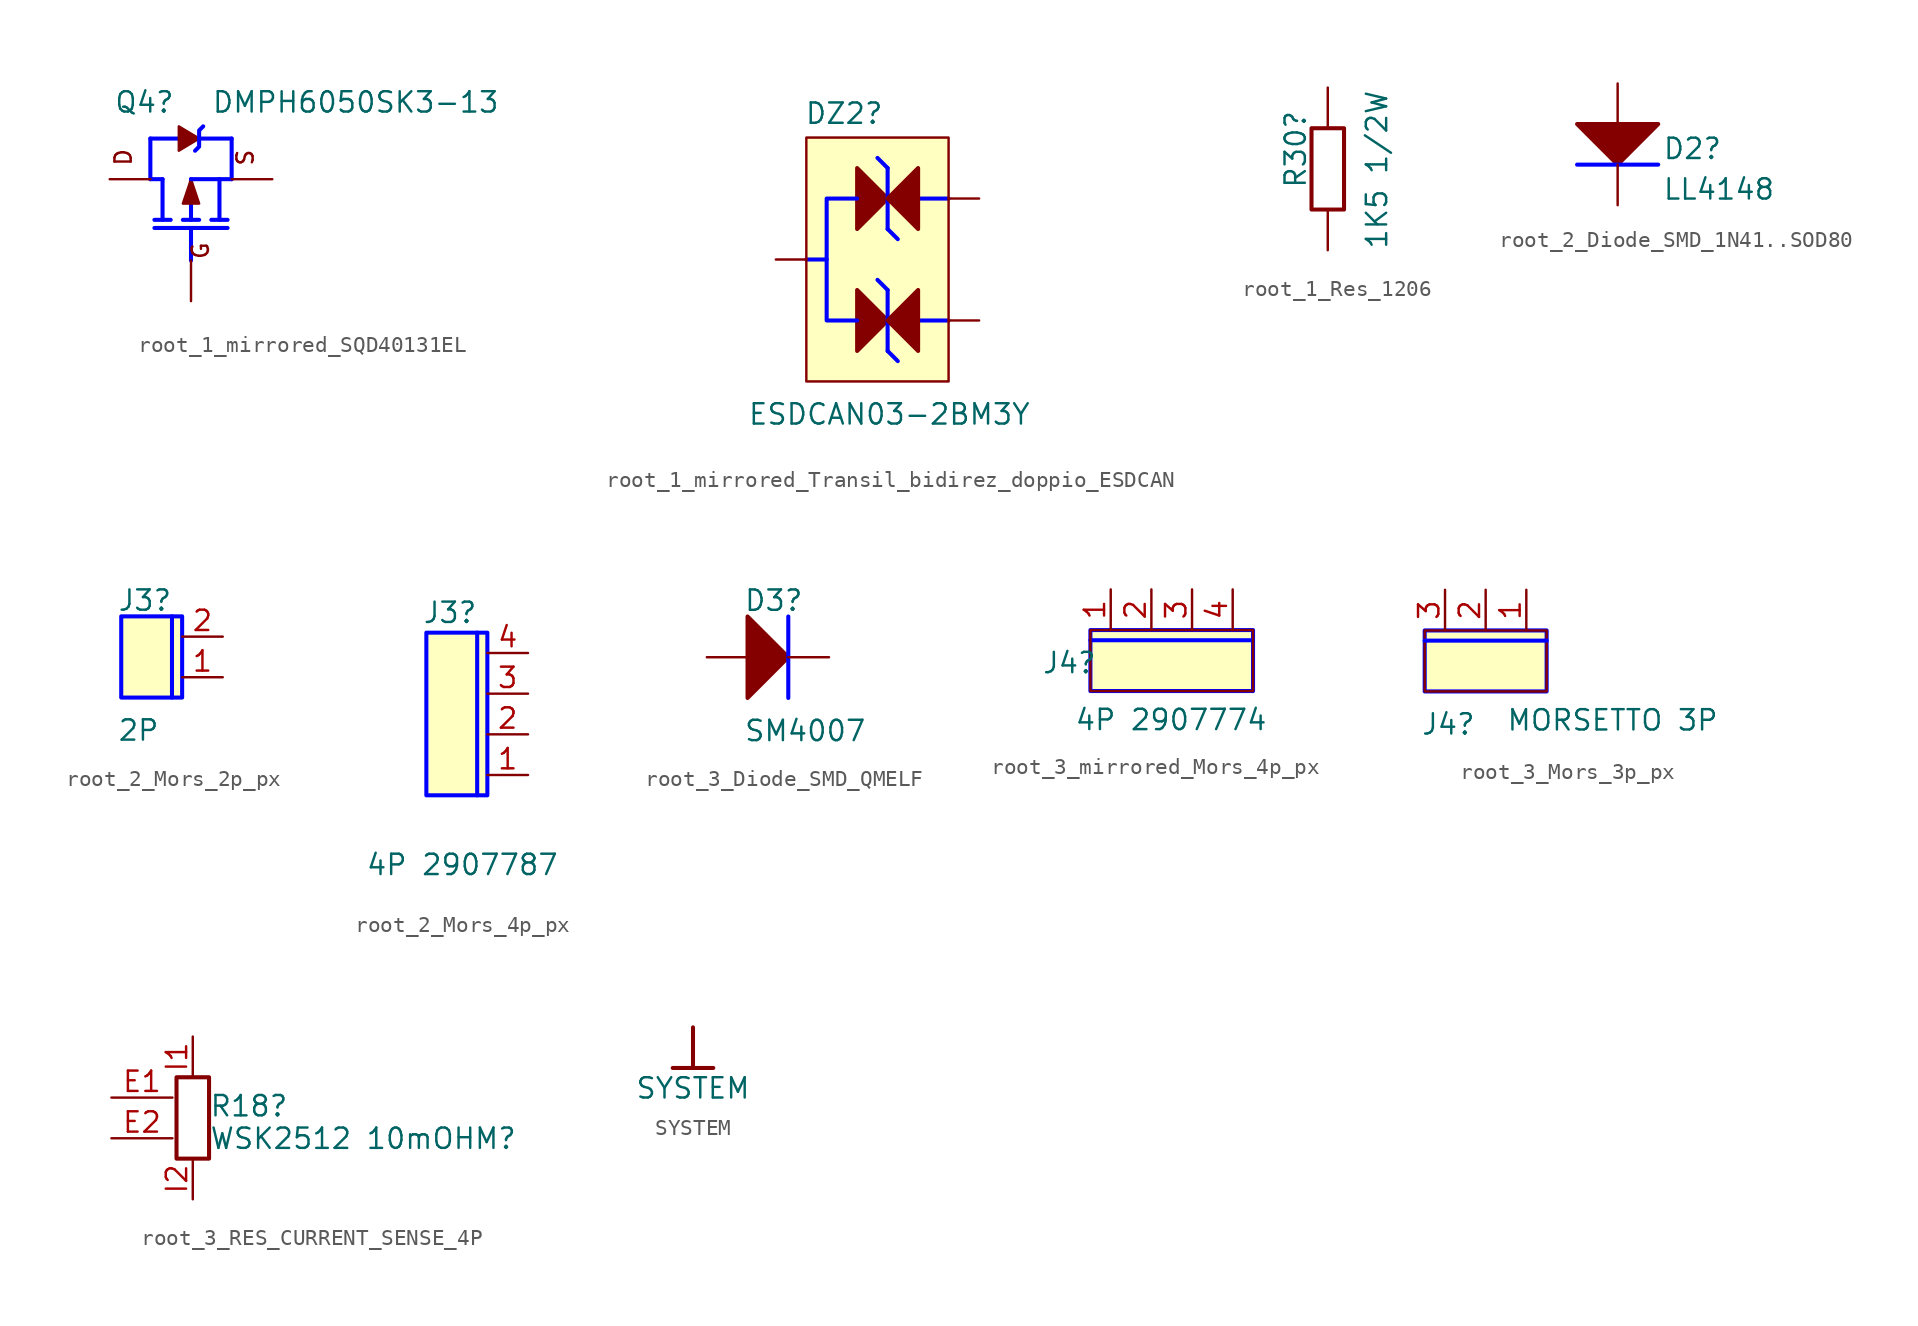
<source format=kicad_sym>
(kicad_symbol_lib
  (version 20220914)
  (generator kicad_symbol_editor)
  (symbol "root_1_mirrored_SQD40131EL"
    (property "Reference" "Q4"
      (at -7.366 9.144 0)
      (effects (font (size 1.27 1.27)) (justify left bottom)))
    (property "Value" "DMPH6050SK3-13"
      (at -1.27 9.144 0)
      (effects (font (size 1.27 1.27)) (justify left bottom)))
    (symbol "root_1_mirrored_SQD40131EL_1_0"
      (polyline (pts (xy -5.08 5.08) (xy -5.08 7.62)) (stroke (width 0.254) (type solid) (color 0 0 255 1)) (fill (type none)))
      (polyline (pts (xy -5.08 5.08) (xy -4.318 5.08)) (stroke (width 0.254) (type solid) (color 0 0 255 1)) (fill (type none)))
      (polyline (pts (xy -5.08 7.62) (xy -3.302 7.62)) (stroke (width 0.254) (type solid) (color 0 0 255 1)) (fill (type none)))
      (polyline (pts (xy -4.826 2.54) (xy -3.81 2.54)) (stroke (width 0.254) (type solid) (color 0 0 255 1)) (fill (type none)))
      (polyline (pts (xy -4.318 5.08) (xy -4.318 2.54)) (stroke (width 0.254) (type solid) (color 0 0 255 1)) (fill (type none)))
      (polyline (pts (xy -3.048 2.54) (xy -2.032 2.54)) (stroke (width 0.254) (type solid) (color 0 0 255 1)) (fill (type none)))
      (polyline (pts (xy -2.54 0) (xy -2.54 2.032)) (stroke (width 0.254) (type solid) (color 0 0 255 1)) (fill (type none)))
      (polyline (pts (xy -2.54 5.08) (xy -2.54 2.54)) (stroke (width 0.254) (type solid) (color 0 0 255 1)) (fill (type none)))
      (polyline (pts (xy -0.762 5.08) (xy -0.762 2.54)) (stroke (width 0.254) (type solid) (color 0 0 255 1)) (fill (type none)))
      (polyline (pts (xy -0.254 2.032) (xy -4.826 2.032)) (stroke (width 0.254) (type solid) (color 0 0 255 1)) (fill (type none)))
      (polyline (pts (xy -0.254 2.54) (xy -1.27 2.54)) (stroke (width 0.254) (type solid) (color 0 0 255 1)) (fill (type none)))
      (polyline (pts (xy 0 5.08) (xy -2.54 5.08)) (stroke (width 0.254) (type solid) (color 0 0 255 1)) (fill (type none)))
      (polyline (pts (xy 0 5.08) (xy 0 7.62)) (stroke (width 0.254) (type solid) (color 0 0 255 1)) (fill (type none)))
      (polyline (pts (xy 0 7.62) (xy -2.032 7.62)) (stroke (width 0.254) (type solid) (color 0 0 255 1)) (fill (type none)))
      (polyline (pts (xy -2.54 5.08) (xy -2.032 3.556) (xy -3.048 3.556) (xy -2.54 5.08)) (stroke (width 0) (type solid)) (fill (type outline)))
      (polyline (pts (xy -2.032 7.62) (xy -3.302 6.858) (xy -3.302 8.382) (xy -2.032 7.62)) (stroke (width 0) (type solid)) (fill (type outline)))
      (polyline (pts (xy -1.778 8.382) (xy -2.032 8.128) (xy -2.032 7.112) (xy -2.286 6.858)) (stroke (width 0.254) (type solid) (color 0 0 255 1)) (fill (type none)))
      (text "D" (at -7.366 5.842 900) (effects (font (size 1.016 1.016)) (justify left top)))
      (text "G" (at -2.54 0 900) (effects (font (size 1.016 1.016)) (justify left top)))
      (text "S" (at 0.254 5.842 900) (effects (font (size 1.016 1.016)) (justify left top)))
      (pin passive line (at -2.54 -2.54 90) (length 2.54) (name "G" (effects (font (size 0 0)))) (number "1" (effects (font (size 0 0)))))
      (pin passive line (at -7.62 5.08 0) (length 2.54) (name "D" (effects (font (size 0 0)))) (number "2" (effects (font (size 0 0)))))
      (pin passive line (at 2.54 5.08 180) (length 2.54) (name "S" (effects (font (size 0 0)))) (number "3" (effects (font (size 0 0)))))))
  (symbol "root_1_mirrored_Transil_bidirez_doppio_ESDCAN"
    (property "Reference" "DZ2"
      (at -5.842 12.192 0)
      (effects (font (size 1.27 1.27)) (justify left bottom)))
    (property "Value" "ESDCAN03-2BM3Y"
      (at -9.398 -6.604 0)
      (effects (font (size 1.27 1.27)) (justify left bottom)))
    (symbol "root_1_mirrored_Transil_bidirez_doppio_ESDCAN_1_0"
      (polyline (pts (xy -5.715 3.81) (xy -4.445 3.81)) (stroke (width 0.254) (type solid) (color 0 0 255 1)) (fill (type none)))
      (polyline (pts (xy -0.635 -1.905) (xy 0 -2.54)) (stroke (width 0.254) (type solid) (color 0 0 255 1)) (fill (type none)))
      (polyline (pts (xy -0.635 1.905) (xy -1.27 2.54)) (stroke (width 0.254) (type solid) (color 0 0 255 1)) (fill (type none)))
      (polyline (pts (xy -0.635 1.905) (xy -0.635 -1.905)) (stroke (width 0.254) (type solid) (color 0 0 255 1)) (fill (type none)))
      (polyline (pts (xy -0.635 5.715) (xy 0 5.08)) (stroke (width 0.254) (type solid) (color 0 0 255 1)) (fill (type none)))
      (polyline (pts (xy -0.635 9.525) (xy -1.27 10.16)) (stroke (width 0.254) (type solid) (color 0 0 255 1)) (fill (type none)))
      (polyline (pts (xy -0.635 9.525) (xy -0.635 5.715)) (stroke (width 0.254) (type solid) (color 0 0 255 1)) (fill (type none)))
      (polyline (pts (xy 1.27 0) (xy 3.175 0)) (stroke (width 0.254) (type solid) (color 0 0 255 1)) (fill (type none)))
      (polyline (pts (xy 1.27 7.62) (xy 3.175 7.62)) (stroke (width 0.254) (type solid) (color 0 0 255 1)) (fill (type none)))
      (polyline (pts (xy -2.54 0) (xy -4.445 0) (xy -4.445 7.62) (xy -2.54 7.62)) (stroke (width 0.254) (type solid) (color 0 0 255 1)) (fill (type none)))
      (polyline (pts (xy -2.54 1.905) (xy -0.635 0) (xy -2.54 -1.905) (xy -2.54 1.905)) (stroke (width 0.254) (type solid)) (fill (type outline)))
      (polyline (pts (xy -2.54 9.525) (xy -0.635 7.62) (xy -2.54 5.715) (xy -2.54 9.525)) (stroke (width 0.254) (type solid)) (fill (type outline)))
      (polyline (pts (xy 1.27 -1.905) (xy -0.635 0) (xy 1.27 1.905) (xy 1.27 -1.905)) (stroke (width 0.254) (type solid)) (fill (type outline)))
      (polyline (pts (xy 1.27 5.715) (xy -0.635 7.62) (xy 1.27 9.525) (xy 1.27 5.715)) (stroke (width 0.254) (type solid)) (fill (type outline)))
      (rectangle (start 3.175 11.43) (end -5.715 -3.81) (stroke (width 0) (type solid)) (fill (type background)))
      (pin passive line (at 5.08 7.62 180) (length 1.905) (name "A/K" (effects (font (size 0 0)))) (number "1" (effects (font (size 0 0)))))
      (pin passive line (at 5.08 0 180) (length 1.905) (name "A/K" (effects (font (size 0 0)))) (number "2" (effects (font (size 0 0)))))
      (pin passive line (at -7.62 3.81 0) (length 1.905) (name "A/K" (effects (font (size 0 0)))) (number "3" (effects (font (size 0 0)))))))
  (symbol "root_1_Res_1206"
    (property "Reference" "R30"
      (at 1.27 1.27 90)
      (effects (font (size 1.27 1.27)) (justify left bottom)))
    (property "Value" "1K5 1/2W"
      (at 6.35 -2.54 90)
      (effects (font (size 1.27 1.27)) (justify left bottom)))
    (symbol "root_1_Res_1206_1_0"
      (rectangle (start 3.556 5.08) (end 1.524 0) (stroke (width 0.254) (type solid)) (fill (type none)))
      (pin passive line (at 2.54 -2.54 90) (length 2.54) (name "1" (effects (font (size 0 0)))) (number "1" (effects (font (size 0 0)))))
      (pin passive line (at 2.54 7.62 270) (length 2.54) (name "2" (effects (font (size 0 0)))) (number "2" (effects (font (size 0 0)))))))
  (symbol "root_2_Diode_SMD_1N41..SOD80"
    (property "Reference" "D2"
      (at 2.794 0.254 0)
      (effects (font (size 1.27 1.27)) (justify left bottom)))
    (property "Value" "LL4148"
      (at 2.794 -2.286 0)
      (effects (font (size 1.27 1.27)) (justify left bottom)))
    (symbol "root_2_Diode_SMD_1N41..SOD80_1_0"
      (polyline (pts (xy 2.54 0) (xy -2.54 0)) (stroke (width 0.254) (type solid) (color 0 0 255 1)) (fill (type none)))
      (polyline (pts (xy -2.54 2.54) (xy 0 0) (xy 2.54 2.54) (xy -2.54 2.54)) (stroke (width 0.254) (type solid)) (fill (type outline)))
      (pin passive line (at 0 -2.54 90) (length 2.54) (name "K" (effects (font (size 0 0)))) (number "1" (effects (font (size 0 0)))))
      (pin passive line (at 0 5.08 270) (length 2.54) (name "A" (effects (font (size 0 0)))) (number "2" (effects (font (size 0 0)))))))
  (symbol "root_2_Mors_2p_px"
    (property "Reference" "J3"
      (at -4.064 5.334 0)
      (effects (font (size 1.27 1.27)) (justify left bottom)))
    (property "Value" "2P"
      (at -4.064 -2.794 0)
      (effects (font (size 1.27 1.27)) (justify left bottom)))
    (symbol "root_2_Mors_2p_px_1_0"
      (polyline (pts (xy -0.635 0) (xy -0.635 5.08)) (stroke (width 0.254) (type solid) (color 0 0 255 1)) (fill (type none)))
      (polyline (pts (xy 0 5.08) (xy 0 0) (xy -3.81 0) (xy -3.81 5.08) (xy 0 5.08)) (stroke (width 0.254) (type solid) (color 0 0 255 1)) (fill (type none)))
      (rectangle (start 0 5.08) (end -3.81 0) (stroke (width 0) (type solid)) (fill (type background)))
      (pin passive line (at 2.54 1.27 180) (length 2.54) (name "1" (effects (font (size 0 0)))) (number "1" (effects (font (size 1.27 1.27)))))
      (pin passive line (at 2.54 3.81 180) (length 2.54) (name "2" (effects (font (size 0 0)))) (number "2" (effects (font (size 1.27 1.27)))))))
  (symbol "root_2_Mors_4p_px"
    (property "Reference" "J3"
      (at -4.064 10.668 0)
      (effects (font (size 1.27 1.27)) (justify left bottom)))
    (property "Value" "4P 2907787"
      (at -7.62 -5.08 0)
      (effects (font (size 1.27 1.27)) (justify left bottom)))
    (symbol "root_2_Mors_4p_px_1_0"
      (polyline (pts (xy -0.635 0) (xy -0.635 10.16)) (stroke (width 0.254) (type solid) (color 0 0 255 1)) (fill (type none)))
      (polyline (pts (xy 0 10.16) (xy 0 0) (xy -3.81 0) (xy -3.81 10.16) (xy 0 10.16)) (stroke (width 0.254) (type solid) (color 0 0 255 1)) (fill (type none)))
      (rectangle (start 0 10.16) (end -3.81 0) (stroke (width 0) (type solid)) (fill (type background)))
      (pin passive line (at 2.54 1.27 180) (length 2.54) (name "1" (effects (font (size 0 0)))) (number "1" (effects (font (size 1.27 1.27)))))
      (pin passive line (at 2.54 3.81 180) (length 2.54) (name "2" (effects (font (size 0 0)))) (number "2" (effects (font (size 1.27 1.27)))))
      (pin passive line (at 2.54 6.35 180) (length 2.54) (name "3" (effects (font (size 0 0)))) (number "3" (effects (font (size 1.27 1.27)))))
      (pin passive line (at 2.54 8.89 180) (length 2.54) (name "4" (effects (font (size 0 0)))) (number "4" (effects (font (size 1.27 1.27)))))))
  (symbol "root_3_Diode_SMD_QMELF"
    (property "Reference" "D3"
      (at -2.794 2.794 0)
      (effects (font (size 1.27 1.27)) (justify left bottom)))
    (property "Value" "SM4007"
      (at -2.794 -5.334 0)
      (effects (font (size 1.27 1.27)) (justify left bottom)))
    (symbol "root_3_Diode_SMD_QMELF_1_0"
      (polyline (pts (xy 0 2.54) (xy 0 -2.54)) (stroke (width 0.254) (type solid) (color 0 0 255 1)) (fill (type none)))
      (polyline (pts (xy -2.54 -2.54) (xy 0 0) (xy -2.54 2.54) (xy -2.54 -2.54)) (stroke (width 0.254) (type solid)) (fill (type outline)))
      (pin passive line (at 2.54 0 180) (length 2.54) (name "K" (effects (font (size 0 0)))) (number "1" (effects (font (size 0 0)))))
      (pin passive line (at -5.08 0 0) (length 2.54) (name "A" (effects (font (size 0 0)))) (number "2" (effects (font (size 0 0)))))))
  (symbol "root_3_mirrored_Mors_4p_px"
    (property "Reference" "J4"
      (at -3.048 -2.794 0)
      (effects (font (size 1.27 1.27)) (justify left bottom)))
    (property "Value" "4P 2907774"
      (at -1.016 -6.35 0)
      (effects (font (size 1.27 1.27)) (justify left bottom)))
    (symbol "root_3_mirrored_Mors_4p_px_1_0"
      (polyline (pts (xy 0 -0.635) (xy 10.16 -0.635)) (stroke (width 0.254) (type solid) (color 0 0 255 1)) (fill (type none)))
      (polyline (pts (xy 10.16 0) (xy 0 0) (xy 0 -3.81) (xy 10.16 -3.81) (xy 10.16 0)) (stroke (width 0.254) (type solid) (color 0 0 255 1)) (fill (type none)))
      (rectangle (start 10.16 0) (end 0 -3.81) (stroke (width 0) (type solid)) (fill (type background)))
      (pin passive line (at 1.27 2.54 270) (length 2.54) (name "1" (effects (font (size 0 0)))) (number "1" (effects (font (size 1.27 1.27)))))
      (pin passive line (at 3.81 2.54 270) (length 2.54) (name "2" (effects (font (size 0 0)))) (number "2" (effects (font (size 1.27 1.27)))))
      (pin passive line (at 6.35 2.54 270) (length 2.54) (name "3" (effects (font (size 0 0)))) (number "3" (effects (font (size 1.27 1.27)))))
      (pin passive line (at 8.89 2.54 270) (length 2.54) (name "4" (effects (font (size 0 0)))) (number "4" (effects (font (size 1.27 1.27)))))))
  (symbol "root_3_Mors_3p_px"
    (property "Reference" "J4"
      (at -7.874 -6.604 0)
      (effects (font (size 1.27 1.27)) (justify left bottom)))
    (property "Value" "MORSETTO 3P"
      (at -2.54 -6.35 0)
      (effects (font (size 1.27 1.27)) (justify left bottom)))
    (symbol "root_3_Mors_3p_px_1_0"
      (rectangle (start 0 0) (end -7.62 -3.81) (stroke (width 0) (type solid)) (fill (type background)))
      (polyline (pts (xy 0 -0.635) (xy -7.62 -0.635)) (stroke (width 0.254) (type solid) (color 0 0 255 1)) (fill (type none)))
      (polyline (pts (xy -7.62 0) (xy 0 0) (xy 0 -3.81) (xy -7.62 -3.81) (xy -7.62 0)) (stroke (width 0.254) (type solid) (color 0 0 255 1)) (fill (type none)))
      (pin passive line (at -1.27 2.54 270) (length 2.54) (name "1" (effects (font (size 0 0)))) (number "1" (effects (font (size 1.27 1.27)))))
      (pin passive line (at -3.81 2.54 270) (length 2.54) (name "2" (effects (font (size 0 0)))) (number "2" (effects (font (size 1.27 1.27)))))
      (pin passive line (at -6.35 2.54 270) (length 2.54) (name "3" (effects (font (size 0 0)))) (number "3" (effects (font (size 1.27 1.27)))))))
  (symbol "root_3_RES_CURRENT_SENSE_4P"
    (property "Reference" "R18"
      (at 1.016 -5.08 0)
      (effects (font (size 1.27 1.27)) (justify left bottom)))
    (property "Value" "WSK2512 10mOHM?"
      (at 1.016 -7.112 0)
      (effects (font (size 1.27 1.27)) (justify left bottom)))
    (symbol "root_3_RES_CURRENT_SENSE_4P_1_0"
      (rectangle (start 1.016 -2.54) (end -1.016 -7.62) (stroke (width 0.254) (type solid)) (fill (type none)))
      (pin passive line (at -5.08 -3.81 0) (length 3.81) (name "E1" (effects (font (size 0 0)))) (number "E1" (effects (font (size 1.27 1.27)))))
      (pin passive line (at -5.08 -6.35 0) (length 3.81) (name "E2" (effects (font (size 0 0)))) (number "E2" (effects (font (size 1.27 1.27)))))
      (pin passive line (at 0 0 270) (length 2.54) (name "I1" (effects (font (size 0 0)))) (number "I1" (effects (font (size 1.27 1.27)))))
      (pin passive line (at 0 -10.16 90) (length 2.54) (name "I2" (effects (font (size 0 0)))) (number "I2" (effects (font (size 1.27 1.27)))))))
  (symbol "SYSTEM"
    (power)
    (property "Reference" "#PWR0117"
      (at 0 0 0)
      (effects (font (size 1.27 1.27)) hide))
    (property "Value" "SYSTEM"
      (at 0 -3.81 0)
      (effects (font (size 1.27 1.27))))
    (symbol "SYSTEM_0_0"
      (polyline (pts (xy -1.27 -2.54) (xy 1.27 -2.54)) (stroke (width 0.254) (type solid)) (fill (type none)))
      (polyline (pts (xy 0 0) (xy 0 -2.54)) (stroke (width 0.254) (type solid)) (fill (type none)))
      (pin power_in line (at 0 0 0) (length 0) hide (name "SYSTEM" (effects (font (size 1.27 1.27)))) (number "" (effects (font (size 1.27 1.27))))))))
</source>
